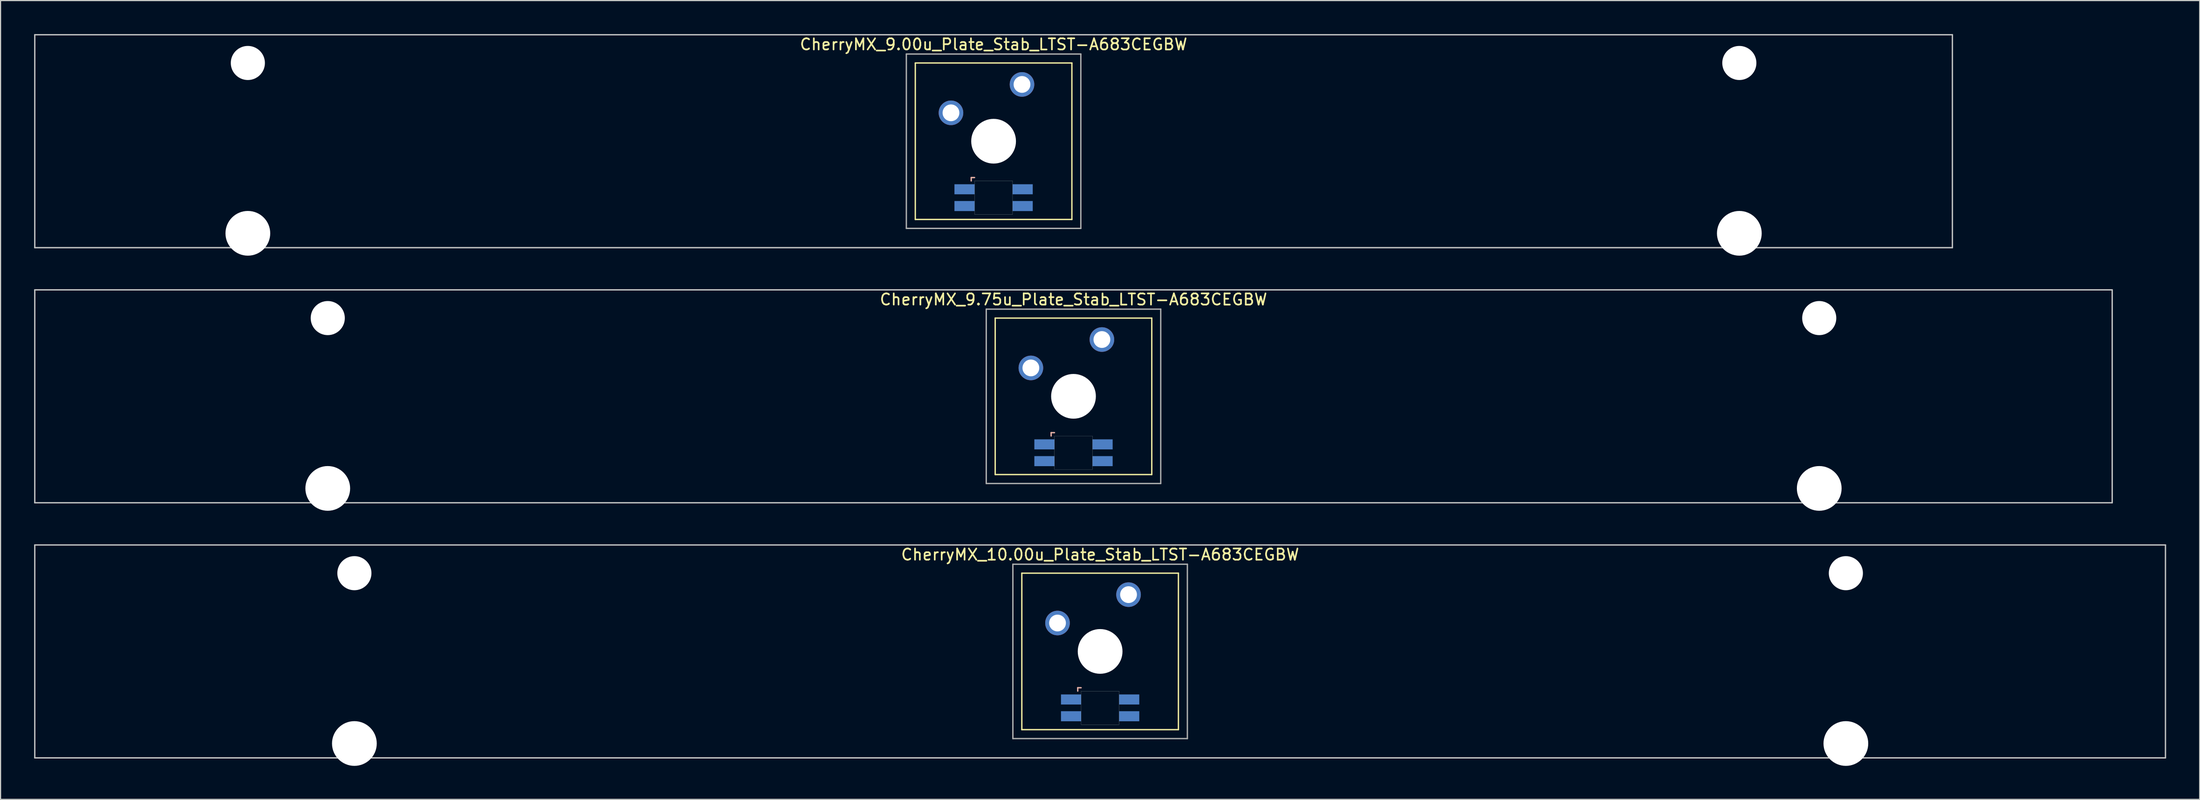
<source format=kicad_pcb>
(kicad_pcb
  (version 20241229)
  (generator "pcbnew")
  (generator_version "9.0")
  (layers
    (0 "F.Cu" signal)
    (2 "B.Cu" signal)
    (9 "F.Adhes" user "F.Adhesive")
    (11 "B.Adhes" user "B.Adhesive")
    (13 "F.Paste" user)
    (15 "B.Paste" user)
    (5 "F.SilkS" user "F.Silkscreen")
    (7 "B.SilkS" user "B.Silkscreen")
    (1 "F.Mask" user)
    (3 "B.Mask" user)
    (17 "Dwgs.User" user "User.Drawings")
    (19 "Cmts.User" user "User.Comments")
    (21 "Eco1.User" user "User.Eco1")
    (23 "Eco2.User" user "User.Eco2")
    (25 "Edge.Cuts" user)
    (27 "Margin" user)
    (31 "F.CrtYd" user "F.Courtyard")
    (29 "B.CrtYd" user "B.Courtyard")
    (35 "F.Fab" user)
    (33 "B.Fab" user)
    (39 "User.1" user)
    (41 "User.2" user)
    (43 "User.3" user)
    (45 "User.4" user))
  (footprint "CherryMX_9.00u_Plate_Stab_LTST-A683CEGBW"
    (layer "F.Cu")
    (at 85.785 9.585)
    (property "Reference" "CherryMX_9.00u_Plate_Stab_LTST-A683CEGBW" (at 0 -8.662 0) (layer "F.SilkS") (effects (font (size 1 1) (thickness 0.15))))
    (attr through_hole)
    (fp_line (start -7 -7) (end -7 7) (stroke (width 0.12) (type solid)) (layer "F.SilkS"))
    (fp_line (start -7 -7) (end 7 -7) (stroke (width 0.12) (type solid)) (layer "F.SilkS"))
    (fp_line (start 7 -7) (end 7 7) (stroke (width 0.12) (type solid)) (layer "F.SilkS"))
    (fp_line (start 7 7) (end -7 7) (stroke (width 0.12) (type solid)) (layer "F.SilkS"))
    (fp_line (start -2 3.25) (end -2 3.55) (stroke (width 0.12) (type solid)) (layer "B.SilkS"))
    (fp_line (start -1.7 3.25) (end -2 3.25) (stroke (width 0.12) (type solid)) (layer "B.SilkS"))
    (fp_line (start -85.725 -9.525) (end 85.725 -9.525) (stroke (width 0.12) (type solid)) (layer "Dwgs.User"))
    (fp_line (start -85.725 9.525) (end -85.725 -9.525) (stroke (width 0.12) (type solid)) (layer "Dwgs.User"))
    (fp_line (start 85.725 -9.525) (end 85.725 9.525) (stroke (width 0.12) (type solid)) (layer "Dwgs.User"))
    (fp_line (start 85.725 9.525) (end -85.725 9.525) (stroke (width 0.12) (type solid)) (layer "Dwgs.User"))
    (fp_poly (pts (xy 1.7 6.55) (xy -1.7 6.55) (xy -1.7 3.55) (xy 1.7 3.55)) (stroke (width 0.01) (type solid)) (fill no) (layer "Edge.Cuts"))
    (fp_line (start -7.8 -7.8) (end -7.8 7.8) (stroke (width 0.12) (type solid)) (layer "F.Fab"))
    (fp_line (start -7.8 -7.8) (end 7.8 -7.8) (stroke (width 0.12) (type solid)) (layer "F.Fab"))
    (fp_line (start -7.8 7.8) (end 7.8 7.8) (stroke (width 0.12) (type solid)) (layer "F.Fab"))
    (fp_line (start 7.8 -7.8) (end 7.8 7.8) (stroke (width 0.12) (type solid)) (layer "F.Fab"))
    (pad "" np_thru_hole circle (at -66.675 -7) (size 3.05 3.05) (drill 3.05) (layers "*.Cu" "*.Mask"))
    (pad "" np_thru_hole circle (at -66.675 8.24) (size 4 4) (drill 4) (layers "*.Cu" "*.Mask"))
    (pad "" np_thru_hole circle (at 0 0) (size 4 4) (drill 4) (layers "*.Cu" "*.Mask"))
    (pad "" np_thru_hole circle (at 66.675 -7) (size 3.05 3.05) (drill 3.05) (layers "*.Cu" "*.Mask"))
    (pad "" np_thru_hole circle (at 66.675 8.24) (size 4 4) (drill 4) (layers "*.Cu" "*.Mask"))
    (pad "1" thru_hole circle (at -3.81 -2.54) (size 2.2 2.2) (drill 1.5) (layers "*.Cu" "*.Mask"))
    (pad "2" thru_hole circle (at 2.54 -5.08) (size 2.2 2.2) (drill 1.5) (layers "*.Cu" "*.Mask"))
    (pad "3" smd rect (at -2.6 4.3) (size 1.8 0.9) (layers "B.Cu" "B.Mask" "B.Paste"))
    (pad "4" smd rect (at -2.6 5.8) (size 1.8 0.9) (layers "B.Cu" "B.Mask" "B.Paste"))
    (pad "5" smd rect (at 2.6 4.3) (size 1.8 0.9) (layers "B.Cu" "B.Mask" "B.Paste"))
    (pad "6" smd rect (at 2.6 5.8) (size 1.8 0.9) (layers "B.Cu" "B.Mask" "B.Paste")))
  (footprint "CherryMX_10.00u_Plate_Stab_LTST-A683CEGBW"
    (layer "F.Cu")
    (at 95.31 55.235)
    (property "Reference" "CherryMX_10.00u_Plate_Stab_LTST-A683CEGBW" (at 0 -8.662 0) (layer "F.SilkS") (effects (font (size 1 1) (thickness 0.15))))
    (attr through_hole)
    (fp_line (start -7 -7) (end -7 7) (stroke (width 0.12) (type solid)) (layer "F.SilkS"))
    (fp_line (start -7 -7) (end 7 -7) (stroke (width 0.12) (type solid)) (layer "F.SilkS"))
    (fp_line (start 7 -7) (end 7 7) (stroke (width 0.12) (type solid)) (layer "F.SilkS"))
    (fp_line (start 7 7) (end -7 7) (stroke (width 0.12) (type solid)) (layer "F.SilkS"))
    (fp_line (start -2 3.25) (end -2 3.55) (stroke (width 0.12) (type solid)) (layer "B.SilkS"))
    (fp_line (start -1.7 3.25) (end -2 3.25) (stroke (width 0.12) (type solid)) (layer "B.SilkS"))
    (fp_line (start -95.25 -9.525) (end 95.25 -9.525) (stroke (width 0.12) (type solid)) (layer "Dwgs.User"))
    (fp_line (start -95.25 9.525) (end -95.25 -9.525) (stroke (width 0.12) (type solid)) (layer "Dwgs.User"))
    (fp_line (start 95.25 -9.525) (end 95.25 9.525) (stroke (width 0.12) (type solid)) (layer "Dwgs.User"))
    (fp_line (start 95.25 9.525) (end -95.25 9.525) (stroke (width 0.12) (type solid)) (layer "Dwgs.User"))
    (fp_poly (pts (xy 1.7 6.55) (xy -1.7 6.55) (xy -1.7 3.55) (xy 1.7 3.55)) (stroke (width 0.01) (type solid)) (fill no) (layer "Edge.Cuts"))
    (fp_line (start -7.8 -7.8) (end -7.8 7.8) (stroke (width 0.12) (type solid)) (layer "F.Fab"))
    (fp_line (start -7.8 -7.8) (end 7.8 -7.8) (stroke (width 0.12) (type solid)) (layer "F.Fab"))
    (fp_line (start -7.8 7.8) (end 7.8 7.8) (stroke (width 0.12) (type solid)) (layer "F.Fab"))
    (fp_line (start 7.8 -7.8) (end 7.8 7.8) (stroke (width 0.12) (type solid)) (layer "F.Fab"))
    (pad "" np_thru_hole circle (at -66.675 -7) (size 3.05 3.05) (drill 3.05) (layers "*.Cu" "*.Mask"))
    (pad "" np_thru_hole circle (at -66.675 8.24) (size 4 4) (drill 4) (layers "*.Cu" "*.Mask"))
    (pad "" np_thru_hole circle (at 0 0) (size 4 4) (drill 4) (layers "*.Cu" "*.Mask"))
    (pad "" np_thru_hole circle (at 66.675 -7) (size 3.05 3.05) (drill 3.05) (layers "*.Cu" "*.Mask"))
    (pad "" np_thru_hole circle (at 66.675 8.24) (size 4 4) (drill 4) (layers "*.Cu" "*.Mask"))
    (pad "1" thru_hole circle (at -3.81 -2.54) (size 2.2 2.2) (drill 1.5) (layers "*.Cu" "*.Mask"))
    (pad "2" thru_hole circle (at 2.54 -5.08) (size 2.2 2.2) (drill 1.5) (layers "*.Cu" "*.Mask"))
    (pad "3" smd rect (at -2.6 4.3) (size 1.8 0.9) (layers "B.Cu" "B.Mask" "B.Paste"))
    (pad "4" smd rect (at -2.6 5.8) (size 1.8 0.9) (layers "B.Cu" "B.Mask" "B.Paste"))
    (pad "5" smd rect (at 2.6 4.3) (size 1.8 0.9) (layers "B.Cu" "B.Mask" "B.Paste"))
    (pad "6" smd rect (at 2.6 5.8) (size 1.8 0.9) (layers "B.Cu" "B.Mask" "B.Paste")))
  (footprint "CherryMX_9.75u_Plate_Stab_LTST-A683CEGBW"
    (layer "F.Cu")
    (at 92.929 32.41)
    (property "Reference" "CherryMX_9.75u_Plate_Stab_LTST-A683CEGBW" (at 0 -8.662 0) (layer "F.SilkS") (effects (font (size 1 1) (thickness 0.15))))
    (attr through_hole)
    (fp_line (start -7 -7) (end -7 7) (stroke (width 0.12) (type solid)) (layer "F.SilkS"))
    (fp_line (start -7 -7) (end 7 -7) (stroke (width 0.12) (type solid)) (layer "F.SilkS"))
    (fp_line (start 7 -7) (end 7 7) (stroke (width 0.12) (type solid)) (layer "F.SilkS"))
    (fp_line (start 7 7) (end -7 7) (stroke (width 0.12) (type solid)) (layer "F.SilkS"))
    (fp_line (start -2 3.25) (end -2 3.55) (stroke (width 0.12) (type solid)) (layer "B.SilkS"))
    (fp_line (start -1.7 3.25) (end -2 3.25) (stroke (width 0.12) (type solid)) (layer "B.SilkS"))
    (fp_line (start -92.869 -9.525) (end 92.869 -9.525) (stroke (width 0.12) (type solid)) (layer "Dwgs.User"))
    (fp_line (start -92.869 9.525) (end -92.869 -9.525) (stroke (width 0.12) (type solid)) (layer "Dwgs.User"))
    (fp_line (start 92.869 -9.525) (end 92.869 9.525) (stroke (width 0.12) (type solid)) (layer "Dwgs.User"))
    (fp_line (start 92.869 9.525) (end -92.869 9.525) (stroke (width 0.12) (type solid)) (layer "Dwgs.User"))
    (fp_poly (pts (xy 1.7 6.55) (xy -1.7 6.55) (xy -1.7 3.55) (xy 1.7 3.55)) (stroke (width 0.01) (type solid)) (fill no) (layer "Edge.Cuts"))
    (fp_line (start -7.8 -7.8) (end -7.8 7.8) (stroke (width 0.12) (type solid)) (layer "F.Fab"))
    (fp_line (start -7.8 -7.8) (end 7.8 -7.8) (stroke (width 0.12) (type solid)) (layer "F.Fab"))
    (fp_line (start -7.8 7.8) (end 7.8 7.8) (stroke (width 0.12) (type solid)) (layer "F.Fab"))
    (fp_line (start 7.8 -7.8) (end 7.8 7.8) (stroke (width 0.12) (type solid)) (layer "F.Fab"))
    (pad "" np_thru_hole circle (at -66.675 -7) (size 3.05 3.05) (drill 3.05) (layers "*.Cu" "*.Mask"))
    (pad "" np_thru_hole circle (at -66.675 8.24) (size 4 4) (drill 4) (layers "*.Cu" "*.Mask"))
    (pad "" np_thru_hole circle (at 0 0) (size 4 4) (drill 4) (layers "*.Cu" "*.Mask"))
    (pad "" np_thru_hole circle (at 66.675 -7) (size 3.05 3.05) (drill 3.05) (layers "*.Cu" "*.Mask"))
    (pad "" np_thru_hole circle (at 66.675 8.24) (size 4 4) (drill 4) (layers "*.Cu" "*.Mask"))
    (pad "1" thru_hole circle (at -3.81 -2.54) (size 2.2 2.2) (drill 1.5) (layers "*.Cu" "*.Mask"))
    (pad "2" thru_hole circle (at 2.54 -5.08) (size 2.2 2.2) (drill 1.5) (layers "*.Cu" "*.Mask"))
    (pad "3" smd rect (at -2.6 4.3) (size 1.8 0.9) (layers "B.Cu" "B.Mask" "B.Paste"))
    (pad "4" smd rect (at -2.6 5.8) (size 1.8 0.9) (layers "B.Cu" "B.Mask" "B.Paste"))
    (pad "5" smd rect (at 2.6 4.3) (size 1.8 0.9) (layers "B.Cu" "B.Mask" "B.Paste"))
    (pad "6" smd rect (at 2.6 5.8) (size 1.8 0.9) (layers "B.Cu" "B.Mask" "B.Paste")))
  (gr_rect
    (start -3 -3)
    (end 193.62 68.475)
    (stroke (width 0.1) (type default))
    (fill no)
    (layer "Edge.Cuts")))
</source>
